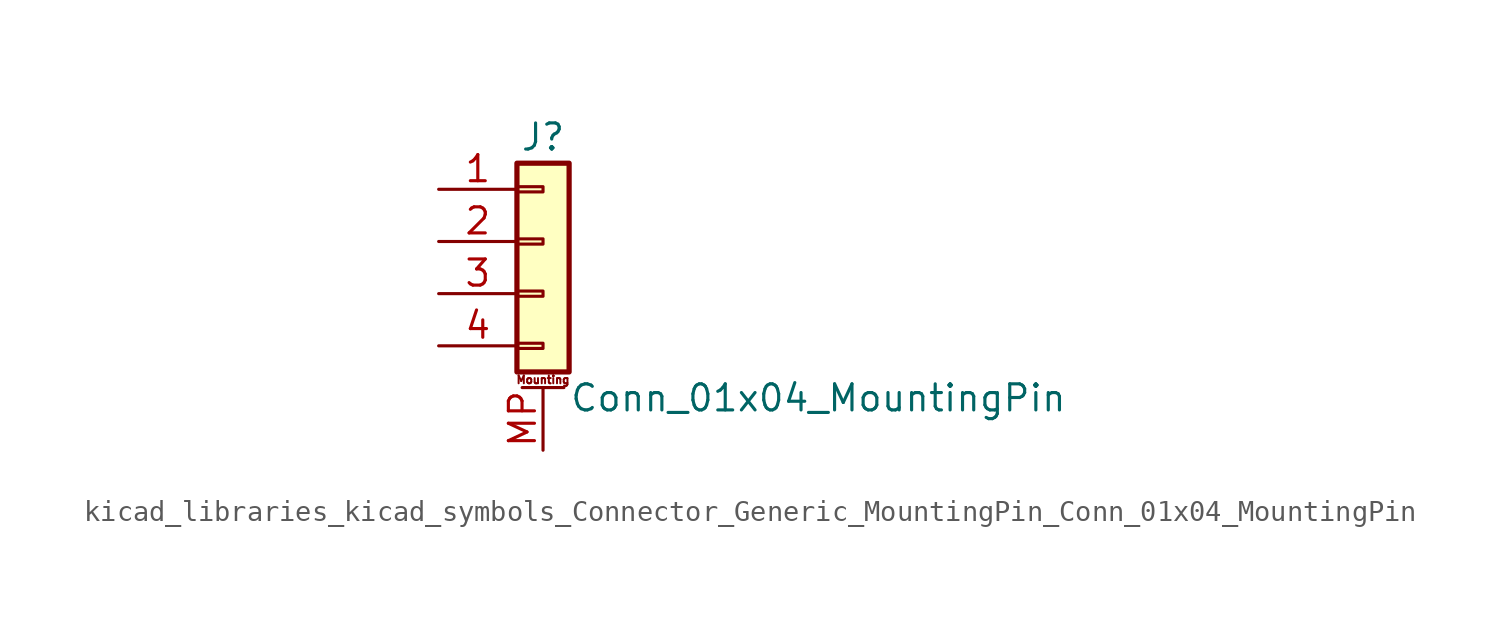
<source format=kicad_sym>
(kicad_symbol_lib
  (version 20220914)
  (generator kicad_symbol_editor)
  (symbol "kicad_libraries_kicad_symbols_Connector_Generic_MountingPin_Conn_01x04_MountingPin"
    (pin_names
      (offset 1.016) hide)
    (property "Reference" "J"
      (at 0 5.08 0)
      (effects (font (size 1.27 1.27))))
    (property "Value" "Conn_01x04_MountingPin"
      (at 1.27 -7.62 0)
      (effects (font (size 1.27 1.27)) (justify left)))
    (symbol "kicad_libraries_kicad_symbols_Connector_Generic_MountingPin_Conn_01x04_MountingPin_1_1"
      (rectangle (start -1.27 -4.953) (end 0 -5.207) (stroke (width 0.152) (type default)) (fill (type none)))
      (rectangle (start -1.27 -2.413) (end 0 -2.667) (stroke (width 0.152) (type default)) (fill (type none)))
      (rectangle (start -1.27 0.127) (end 0 -0.127) (stroke (width 0.152) (type default)) (fill (type none)))
      (rectangle (start -1.27 2.667) (end 0 2.413) (stroke (width 0.152) (type default)) (fill (type none)))
      (rectangle (start -1.27 3.81) (end 1.27 -6.35) (stroke (width 0.254) (type default)) (fill (type background)))
      (polyline (pts (xy -1.016 -7.112) (xy 1.016 -7.112)) (stroke (width 0.152) (type default)) (fill (type none)))
      (text "Mounting" (at 0 -6.731 0) (effects (font (size 0.381 0.381))))
      (pin passive line (at -5.08 2.54 0) (length 3.81) (name "Pin_1" (effects (font (size 1.27 1.27)))) (number "1" (effects (font (size 1.27 1.27)))))
      (pin passive line (at -5.08 0 0) (length 3.81) (name "Pin_2" (effects (font (size 1.27 1.27)))) (number "2" (effects (font (size 1.27 1.27)))))
      (pin passive line (at -5.08 -2.54 0) (length 3.81) (name "Pin_3" (effects (font (size 1.27 1.27)))) (number "3" (effects (font (size 1.27 1.27)))))
      (pin passive line (at -5.08 -5.08 0) (length 3.81) (name "Pin_4" (effects (font (size 1.27 1.27)))) (number "4" (effects (font (size 1.27 1.27)))))
      (pin passive line (at 0 -10.16 90) (length 3.048) (name "MountPin" (effects (font (size 1.27 1.27)))) (number "MP" (effects (font (size 1.27 1.27))))))))
</source>
